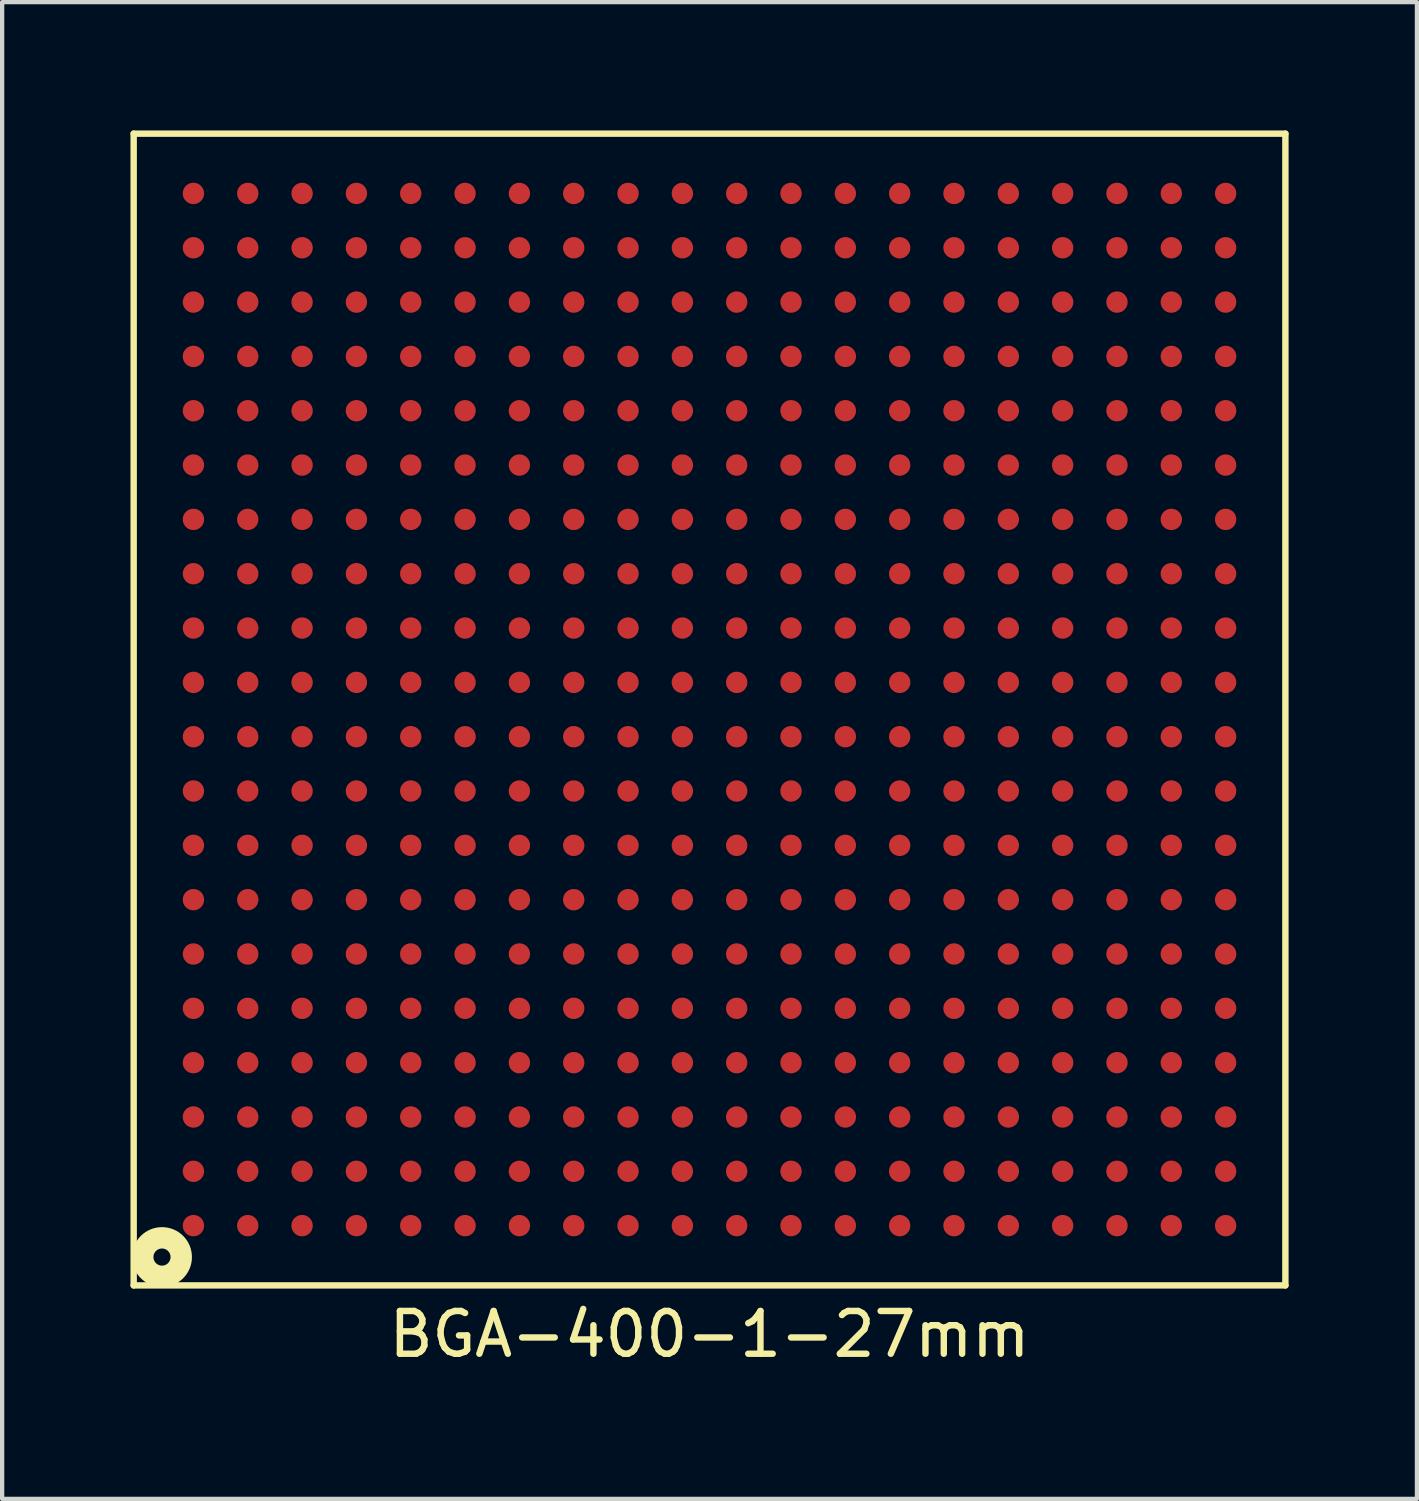
<source format=kicad_pcb>
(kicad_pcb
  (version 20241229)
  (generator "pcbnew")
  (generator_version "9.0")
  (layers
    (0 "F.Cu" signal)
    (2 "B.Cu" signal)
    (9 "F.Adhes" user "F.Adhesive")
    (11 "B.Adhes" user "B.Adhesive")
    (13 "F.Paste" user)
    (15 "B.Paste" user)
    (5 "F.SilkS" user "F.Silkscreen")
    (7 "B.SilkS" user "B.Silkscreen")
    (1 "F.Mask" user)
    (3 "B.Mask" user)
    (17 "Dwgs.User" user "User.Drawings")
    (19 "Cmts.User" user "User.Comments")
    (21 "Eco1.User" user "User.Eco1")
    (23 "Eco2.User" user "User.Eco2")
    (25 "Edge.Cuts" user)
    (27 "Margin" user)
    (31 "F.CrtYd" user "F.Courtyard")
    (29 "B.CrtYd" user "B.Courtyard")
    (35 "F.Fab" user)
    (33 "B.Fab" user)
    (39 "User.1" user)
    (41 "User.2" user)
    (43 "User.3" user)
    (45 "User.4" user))
  (footprint "BGA-400-1-27mm"
    (layer "F.Cu")
    (at 13.537 13.537)
    (property "Reference" "BGA-400-1-27mm" (at 0 14.605 0) (layer "F.SilkS") (effects (font (size 1 1) (thickness 0.15))))
    (attr through_hole)
    (fp_line (start -13.462 -13.462) (end 13.462 -13.462) (stroke (width 0.15) (type solid)) (layer "F.SilkS"))
    (fp_line (start -13.462 13.462) (end -13.462 -13.462) (stroke (width 0.15) (type solid)) (layer "F.SilkS"))
    (fp_line (start 13.462 -13.462) (end 13.462 13.462) (stroke (width 0.15) (type solid)) (layer "F.SilkS"))
    (fp_line (start 13.462 13.462) (end -13.462 13.462) (stroke (width 0.15) (type solid)) (layer "F.SilkS"))
    (fp_circle (center -12.8 12.8) (end -12.8 12.6) (stroke (width 0.5) (type solid)) (fill no) (layer "F.SilkS"))
    (pad "A1" smd circle (at -12.065 12.065 45) (size 0.5 0.5) (layers "F.Cu" "F.Mask" "F.Paste"))
    (pad "A2" smd circle (at -12.065 10.795 45) (size 0.5 0.5) (layers "F.Cu" "F.Mask" "F.Paste"))
    (pad "A3" smd circle (at -12.065 9.525 45) (size 0.5 0.5) (layers "F.Cu" "F.Mask" "F.Paste"))
    (pad "A4" smd circle (at -12.065 8.255 45) (size 0.5 0.5) (layers "F.Cu" "F.Mask" "F.Paste"))
    (pad "A5" smd circle (at -12.065 6.985 45) (size 0.5 0.5) (layers "F.Cu" "F.Mask" "F.Paste"))
    (pad "A6" smd circle (at -12.065 5.715 45) (size 0.5 0.5) (layers "F.Cu" "F.Mask" "F.Paste"))
    (pad "A7" smd circle (at -12.065 4.445 45) (size 0.5 0.5) (layers "F.Cu" "F.Mask" "F.Paste"))
    (pad "A8" smd circle (at -12.065 3.175 45) (size 0.5 0.5) (layers "F.Cu" "F.Mask" "F.Paste"))
    (pad "A9" smd circle (at -12.065 1.905 45) (size 0.5 0.5) (layers "F.Cu" "F.Mask" "F.Paste"))
    (pad "A10" smd circle (at -12.065 0.635 45) (size 0.5 0.5) (layers "F.Cu" "F.Mask" "F.Paste"))
    (pad "A11" smd circle (at -12.065 -0.635 45) (size 0.5 0.5) (layers "F.Cu" "F.Mask" "F.Paste"))
    (pad "A12" smd circle (at -12.065 -1.905 45) (size 0.5 0.5) (layers "F.Cu" "F.Mask" "F.Paste"))
    (pad "A13" smd circle (at -12.065 -3.175 45) (size 0.5 0.5) (layers "F.Cu" "F.Mask" "F.Paste"))
    (pad "A14" smd circle (at -12.065 -4.445 45) (size 0.5 0.5) (layers "F.Cu" "F.Mask" "F.Paste"))
    (pad "A15" smd circle (at -12.065 -5.715 45) (size 0.5 0.5) (layers "F.Cu" "F.Mask" "F.Paste"))
    (pad "A16" smd circle (at -12.065 -6.985 45) (size 0.5 0.5) (layers "F.Cu" "F.Mask" "F.Paste"))
    (pad "A17" smd circle (at -12.065 -8.255 45) (size 0.5 0.5) (layers "F.Cu" "F.Mask" "F.Paste"))
    (pad "A18" smd circle (at -12.065 -9.525 45) (size 0.5 0.5) (layers "F.Cu" "F.Mask" "F.Paste"))
    (pad "A19" smd circle (at -12.065 -10.795 45) (size 0.5 0.5) (layers "F.Cu" "F.Mask" "F.Paste"))
    (pad "A20" smd circle (at -12.065 -12.065 45) (size 0.5 0.5) (layers "F.Cu" "F.Mask" "F.Paste"))
    (pad "B1" smd circle (at -10.795 12.065 45) (size 0.5 0.5) (layers "F.Cu" "F.Mask" "F.Paste"))
    (pad "B2" smd circle (at -10.795 10.795 45) (size 0.5 0.5) (layers "F.Cu" "F.Mask" "F.Paste"))
    (pad "B3" smd circle (at -10.795 9.525 45) (size 0.5 0.5) (layers "F.Cu" "F.Mask" "F.Paste"))
    (pad "B4" smd circle (at -10.795 8.255 45) (size 0.5 0.5) (layers "F.Cu" "F.Mask" "F.Paste"))
    (pad "B5" smd circle (at -10.795 6.985 45) (size 0.5 0.5) (layers "F.Cu" "F.Mask" "F.Paste"))
    (pad "B6" smd circle (at -10.795 5.715 45) (size 0.5 0.5) (layers "F.Cu" "F.Mask" "F.Paste"))
    (pad "B7" smd circle (at -10.795 4.445 45) (size 0.5 0.5) (layers "F.Cu" "F.Mask" "F.Paste"))
    (pad "B8" smd circle (at -10.795 3.175 45) (size 0.5 0.5) (layers "F.Cu" "F.Mask" "F.Paste"))
    (pad "B9" smd circle (at -10.795 1.905 45) (size 0.5 0.5) (layers "F.Cu" "F.Mask" "F.Paste"))
    (pad "B10" smd circle (at -10.795 0.635 45) (size 0.5 0.5) (layers "F.Cu" "F.Mask" "F.Paste"))
    (pad "B11" smd circle (at -10.795 -0.635 45) (size 0.5 0.5) (layers "F.Cu" "F.Mask" "F.Paste"))
    (pad "B12" smd circle (at -10.795 -1.905 45) (size 0.5 0.5) (layers "F.Cu" "F.Mask" "F.Paste"))
    (pad "B13" smd circle (at -10.795 -3.175 45) (size 0.5 0.5) (layers "F.Cu" "F.Mask" "F.Paste"))
    (pad "B14" smd circle (at -10.795 -4.445 45) (size 0.5 0.5) (layers "F.Cu" "F.Mask" "F.Paste"))
    (pad "B15" smd circle (at -10.795 -5.715 45) (size 0.5 0.5) (layers "F.Cu" "F.Mask" "F.Paste"))
    (pad "B16" smd circle (at -10.795 -6.985 45) (size 0.5 0.5) (layers "F.Cu" "F.Mask" "F.Paste"))
    (pad "B17" smd circle (at -10.795 -8.255 45) (size 0.5 0.5) (layers "F.Cu" "F.Mask" "F.Paste"))
    (pad "B18" smd circle (at -10.795 -9.525 45) (size 0.5 0.5) (layers "F.Cu" "F.Mask" "F.Paste"))
    (pad "B19" smd circle (at -10.795 -10.795 45) (size 0.5 0.5) (layers "F.Cu" "F.Mask" "F.Paste"))
    (pad "B20" smd circle (at -10.795 -12.065 45) (size 0.5 0.5) (layers "F.Cu" "F.Mask" "F.Paste"))
    (pad "C1" smd circle (at -9.525 12.065 45) (size 0.5 0.5) (layers "F.Cu" "F.Mask" "F.Paste"))
    (pad "C2" smd circle (at -9.525 10.795 45) (size 0.5 0.5) (layers "F.Cu" "F.Mask" "F.Paste"))
    (pad "C3" smd circle (at -9.525 9.525 45) (size 0.5 0.5) (layers "F.Cu" "F.Mask" "F.Paste"))
    (pad "C4" smd circle (at -9.525 8.255 45) (size 0.5 0.5) (layers "F.Cu" "F.Mask" "F.Paste"))
    (pad "C5" smd circle (at -9.525 6.985 45) (size 0.5 0.5) (layers "F.Cu" "F.Mask" "F.Paste"))
    (pad "C6" smd circle (at -9.525 5.715 45) (size 0.5 0.5) (layers "F.Cu" "F.Mask" "F.Paste"))
    (pad "C7" smd circle (at -9.525 4.445 45) (size 0.5 0.5) (layers "F.Cu" "F.Mask" "F.Paste"))
    (pad "C8" smd circle (at -9.525 3.175 45) (size 0.5 0.5) (layers "F.Cu" "F.Mask" "F.Paste"))
    (pad "C9" smd circle (at -9.525 1.905 45) (size 0.5 0.5) (layers "F.Cu" "F.Mask" "F.Paste"))
    (pad "C10" smd circle (at -9.525 0.635 45) (size 0.5 0.5) (layers "F.Cu" "F.Mask" "F.Paste"))
    (pad "C11" smd circle (at -9.525 -0.635 45) (size 0.5 0.5) (layers "F.Cu" "F.Mask" "F.Paste"))
    (pad "C12" smd circle (at -9.525 -1.905 45) (size 0.5 0.5) (layers "F.Cu" "F.Mask" "F.Paste"))
    (pad "C13" smd circle (at -9.525 -3.175 45) (size 0.5 0.5) (layers "F.Cu" "F.Mask" "F.Paste"))
    (pad "C14" smd circle (at -9.525 -4.445 45) (size 0.5 0.5) (layers "F.Cu" "F.Mask" "F.Paste"))
    (pad "C15" smd circle (at -9.525 -5.715 45) (size 0.5 0.5) (layers "F.Cu" "F.Mask" "F.Paste"))
    (pad "C16" smd circle (at -9.525 -6.985 45) (size 0.5 0.5) (layers "F.Cu" "F.Mask" "F.Paste"))
    (pad "C17" smd circle (at -9.525 -8.255 45) (size 0.5 0.5) (layers "F.Cu" "F.Mask" "F.Paste"))
    (pad "C18" smd circle (at -9.525 -9.525 45) (size 0.5 0.5) (layers "F.Cu" "F.Mask" "F.Paste"))
    (pad "C19" smd circle (at -9.525 -10.795 45) (size 0.5 0.5) (layers "F.Cu" "F.Mask" "F.Paste"))
    (pad "C20" smd circle (at -9.525 -12.065 45) (size 0.5 0.5) (layers "F.Cu" "F.Mask" "F.Paste"))
    (pad "D1" smd circle (at -8.255 12.065 45) (size 0.5 0.5) (layers "F.Cu" "F.Mask" "F.Paste"))
    (pad "D2" smd circle (at -8.255 10.795 45) (size 0.5 0.5) (layers "F.Cu" "F.Mask" "F.Paste"))
    (pad "D3" smd circle (at -8.255 9.525 45) (size 0.5 0.5) (layers "F.Cu" "F.Mask" "F.Paste"))
    (pad "D4" smd circle (at -8.255 8.255 45) (size 0.5 0.5) (layers "F.Cu" "F.Mask" "F.Paste"))
    (pad "D5" smd circle (at -8.255 6.985 45) (size 0.5 0.5) (layers "F.Cu" "F.Mask" "F.Paste"))
    (pad "D6" smd circle (at -8.255 5.715 45) (size 0.5 0.5) (layers "F.Cu" "F.Mask" "F.Paste"))
    (pad "D7" smd circle (at -8.255 4.445 45) (size 0.5 0.5) (layers "F.Cu" "F.Mask" "F.Paste"))
    (pad "D8" smd circle (at -8.255 3.175 45) (size 0.5 0.5) (layers "F.Cu" "F.Mask" "F.Paste"))
    (pad "D9" smd circle (at -8.255 1.905 45) (size 0.5 0.5) (layers "F.Cu" "F.Mask" "F.Paste"))
    (pad "D10" smd circle (at -8.255 0.635 45) (size 0.5 0.5) (layers "F.Cu" "F.Mask" "F.Paste"))
    (pad "D11" smd circle (at -8.255 -0.635 45) (size 0.5 0.5) (layers "F.Cu" "F.Mask" "F.Paste"))
    (pad "D12" smd circle (at -8.255 -1.905 45) (size 0.5 0.5) (layers "F.Cu" "F.Mask" "F.Paste"))
    (pad "D13" smd circle (at -8.255 -3.175 45) (size 0.5 0.5) (layers "F.Cu" "F.Mask" "F.Paste"))
    (pad "D14" smd circle (at -8.255 -4.445 45) (size 0.5 0.5) (layers "F.Cu" "F.Mask" "F.Paste"))
    (pad "D15" smd circle (at -8.255 -5.715 45) (size 0.5 0.5) (layers "F.Cu" "F.Mask" "F.Paste"))
    (pad "D16" smd circle (at -8.255 -6.985 45) (size 0.5 0.5) (layers "F.Cu" "F.Mask" "F.Paste"))
    (pad "D17" smd circle (at -8.255 -8.255 45) (size 0.5 0.5) (layers "F.Cu" "F.Mask" "F.Paste"))
    (pad "D18" smd circle (at -8.255 -9.525 45) (size 0.5 0.5) (layers "F.Cu" "F.Mask" "F.Paste"))
    (pad "D19" smd circle (at -8.255 -10.795 45) (size 0.5 0.5) (layers "F.Cu" "F.Mask" "F.Paste"))
    (pad "D20" smd circle (at -8.255 -12.065 45) (size 0.5 0.5) (layers "F.Cu" "F.Mask" "F.Paste"))
    (pad "E1" smd circle (at -6.985 12.065 45) (size 0.5 0.5) (layers "F.Cu" "F.Mask" "F.Paste"))
    (pad "E2" smd circle (at -6.985 10.795 45) (size 0.5 0.5) (layers "F.Cu" "F.Mask" "F.Paste"))
    (pad "E3" smd circle (at -6.985 9.525 45) (size 0.5 0.5) (layers "F.Cu" "F.Mask" "F.Paste"))
    (pad "E4" smd circle (at -6.985 8.255 45) (size 0.5 0.5) (layers "F.Cu" "F.Mask" "F.Paste"))
    (pad "E5" smd circle (at -6.985 6.985 45) (size 0.5 0.5) (layers "F.Cu" "F.Mask" "F.Paste"))
    (pad "E6" smd circle (at -6.985 5.715 45) (size 0.5 0.5) (layers "F.Cu" "F.Mask" "F.Paste"))
    (pad "E7" smd circle (at -6.985 4.445 45) (size 0.5 0.5) (layers "F.Cu" "F.Mask" "F.Paste"))
    (pad "E8" smd circle (at -6.985 3.175 45) (size 0.5 0.5) (layers "F.Cu" "F.Mask" "F.Paste"))
    (pad "E9" smd circle (at -6.985 1.905 45) (size 0.5 0.5) (layers "F.Cu" "F.Mask" "F.Paste"))
    (pad "E10" smd circle (at -6.985 0.635 45) (size 0.5 0.5) (layers "F.Cu" "F.Mask" "F.Paste"))
    (pad "E11" smd circle (at -6.985 -0.635 45) (size 0.5 0.5) (layers "F.Cu" "F.Mask" "F.Paste"))
    (pad "E12" smd circle (at -6.985 -1.905 45) (size 0.5 0.5) (layers "F.Cu" "F.Mask" "F.Paste"))
    (pad "E13" smd circle (at -6.985 -3.175 45) (size 0.5 0.5) (layers "F.Cu" "F.Mask" "F.Paste"))
    (pad "E14" smd circle (at -6.985 -4.445 45) (size 0.5 0.5) (layers "F.Cu" "F.Mask" "F.Paste"))
    (pad "E15" smd circle (at -6.985 -5.715 45) (size 0.5 0.5) (layers "F.Cu" "F.Mask" "F.Paste"))
    (pad "E16" smd circle (at -6.985 -6.985 45) (size 0.5 0.5) (layers "F.Cu" "F.Mask" "F.Paste"))
    (pad "E17" smd circle (at -6.985 -8.255 45) (size 0.5 0.5) (layers "F.Cu" "F.Mask" "F.Paste"))
    (pad "E18" smd circle (at -6.985 -9.525 45) (size 0.5 0.5) (layers "F.Cu" "F.Mask" "F.Paste"))
    (pad "E19" smd circle (at -6.985 -10.795 45) (size 0.5 0.5) (layers "F.Cu" "F.Mask" "F.Paste"))
    (pad "E20" smd circle (at -6.985 -12.065 45) (size 0.5 0.5) (layers "F.Cu" "F.Mask" "F.Paste"))
    (pad "F1" smd circle (at -5.715 12.065 45) (size 0.5 0.5) (layers "F.Cu" "F.Mask" "F.Paste"))
    (pad "F2" smd circle (at -5.715 10.795 45) (size 0.5 0.5) (layers "F.Cu" "F.Mask" "F.Paste"))
    (pad "F3" smd circle (at -5.715 9.525 45) (size 0.5 0.5) (layers "F.Cu" "F.Mask" "F.Paste"))
    (pad "F4" smd circle (at -5.715 8.255 45) (size 0.5 0.5) (layers "F.Cu" "F.Mask" "F.Paste"))
    (pad "F5" smd circle (at -5.715 6.985 45) (size 0.5 0.5) (layers "F.Cu" "F.Mask" "F.Paste"))
    (pad "F6" smd circle (at -5.715 5.715 45) (size 0.5 0.5) (layers "F.Cu" "F.Mask" "F.Paste"))
    (pad "F7" smd circle (at -5.715 4.445 45) (size 0.5 0.5) (layers "F.Cu" "F.Mask" "F.Paste"))
    (pad "F8" smd circle (at -5.715 3.175 45) (size 0.5 0.5) (layers "F.Cu" "F.Mask" "F.Paste"))
    (pad "F9" smd circle (at -5.715 1.905 45) (size 0.5 0.5) (layers "F.Cu" "F.Mask" "F.Paste"))
    (pad "F10" smd circle (at -5.715 0.635 45) (size 0.5 0.5) (layers "F.Cu" "F.Mask" "F.Paste"))
    (pad "F11" smd circle (at -5.715 -0.635 45) (size 0.5 0.5) (layers "F.Cu" "F.Mask" "F.Paste"))
    (pad "F12" smd circle (at -5.715 -1.905 45) (size 0.5 0.5) (layers "F.Cu" "F.Mask" "F.Paste"))
    (pad "F13" smd circle (at -5.715 -3.175 45) (size 0.5 0.5) (layers "F.Cu" "F.Mask" "F.Paste"))
    (pad "F14" smd circle (at -5.715 -4.445 45) (size 0.5 0.5) (layers "F.Cu" "F.Mask" "F.Paste"))
    (pad "F15" smd circle (at -5.715 -5.715 45) (size 0.5 0.5) (layers "F.Cu" "F.Mask" "F.Paste"))
    (pad "F16" smd circle (at -5.715 -6.985 45) (size 0.5 0.5) (layers "F.Cu" "F.Mask" "F.Paste"))
    (pad "F17" smd circle (at -5.715 -8.255 45) (size 0.5 0.5) (layers "F.Cu" "F.Mask" "F.Paste"))
    (pad "F18" smd circle (at -5.715 -9.525 45) (size 0.5 0.5) (layers "F.Cu" "F.Mask" "F.Paste"))
    (pad "F19" smd circle (at -5.715 -10.795 45) (size 0.5 0.5) (layers "F.Cu" "F.Mask" "F.Paste"))
    (pad "F20" smd circle (at -5.715 -12.065 45) (size 0.5 0.5) (layers "F.Cu" "F.Mask" "F.Paste"))
    (pad "G1" smd circle (at -4.445 12.065 45) (size 0.5 0.5) (layers "F.Cu" "F.Mask" "F.Paste"))
    (pad "G2" smd circle (at -4.445 10.795 45) (size 0.5 0.5) (layers "F.Cu" "F.Mask" "F.Paste"))
    (pad "G3" smd circle (at -4.445 9.525 45) (size 0.5 0.5) (layers "F.Cu" "F.Mask" "F.Paste"))
    (pad "G4" smd circle (at -4.445 8.255 45) (size 0.5 0.5) (layers "F.Cu" "F.Mask" "F.Paste"))
    (pad "G5" smd circle (at -4.445 6.985 45) (size 0.5 0.5) (layers "F.Cu" "F.Mask" "F.Paste"))
    (pad "G6" smd circle (at -4.445 5.715 45) (size 0.5 0.5) (layers "F.Cu" "F.Mask" "F.Paste"))
    (pad "G7" smd circle (at -4.445 4.445 45) (size 0.5 0.5) (layers "F.Cu" "F.Mask" "F.Paste"))
    (pad "G8" smd circle (at -4.445 3.175 45) (size 0.5 0.5) (layers "F.Cu" "F.Mask" "F.Paste"))
    (pad "G9" smd circle (at -4.445 1.905 45) (size 0.5 0.5) (layers "F.Cu" "F.Mask" "F.Paste"))
    (pad "G10" smd circle (at -4.445 0.635 45) (size 0.5 0.5) (layers "F.Cu" "F.Mask" "F.Paste"))
    (pad "G11" smd circle (at -4.445 -0.635 45) (size 0.5 0.5) (layers "F.Cu" "F.Mask" "F.Paste"))
    (pad "G12" smd circle (at -4.445 -1.905 45) (size 0.5 0.5) (layers "F.Cu" "F.Mask" "F.Paste"))
    (pad "G13" smd circle (at -4.445 -3.175 45) (size 0.5 0.5) (layers "F.Cu" "F.Mask" "F.Paste"))
    (pad "G14" smd circle (at -4.445 -4.445 45) (size 0.5 0.5) (layers "F.Cu" "F.Mask" "F.Paste"))
    (pad "G15" smd circle (at -4.445 -5.715 45) (size 0.5 0.5) (layers "F.Cu" "F.Mask" "F.Paste"))
    (pad "G16" smd circle (at -4.445 -6.985 45) (size 0.5 0.5) (layers "F.Cu" "F.Mask" "F.Paste"))
    (pad "G17" smd circle (at -4.445 -8.255 45) (size 0.5 0.5) (layers "F.Cu" "F.Mask" "F.Paste"))
    (pad "G18" smd circle (at -4.445 -9.525 45) (size 0.5 0.5) (layers "F.Cu" "F.Mask" "F.Paste"))
    (pad "G19" smd circle (at -4.445 -10.795 45) (size 0.5 0.5) (layers "F.Cu" "F.Mask" "F.Paste"))
    (pad "G20" smd circle (at -4.445 -12.065 45) (size 0.5 0.5) (layers "F.Cu" "F.Mask" "F.Paste"))
    (pad "H1" smd circle (at -3.175 12.065 45) (size 0.5 0.5) (layers "F.Cu" "F.Mask" "F.Paste"))
    (pad "H2" smd circle (at -3.175 10.795 45) (size 0.5 0.5) (layers "F.Cu" "F.Mask" "F.Paste"))
    (pad "H3" smd circle (at -3.175 9.525 45) (size 0.5 0.5) (layers "F.Cu" "F.Mask" "F.Paste"))
    (pad "H4" smd circle (at -3.175 8.255 45) (size 0.5 0.5) (layers "F.Cu" "F.Mask" "F.Paste"))
    (pad "H5" smd circle (at -3.175 6.985 45) (size 0.5 0.5) (layers "F.Cu" "F.Mask" "F.Paste"))
    (pad "H6" smd circle (at -3.175 5.715 45) (size 0.5 0.5) (layers "F.Cu" "F.Mask" "F.Paste"))
    (pad "H7" smd circle (at -3.175 4.445 45) (size 0.5 0.5) (layers "F.Cu" "F.Mask" "F.Paste"))
    (pad "H8" smd circle (at -3.175 3.175 45) (size 0.5 0.5) (layers "F.Cu" "F.Mask" "F.Paste"))
    (pad "H9" smd circle (at -3.175 1.905 45) (size 0.5 0.5) (layers "F.Cu" "F.Mask" "F.Paste"))
    (pad "H10" smd circle (at -3.175 0.635 45) (size 0.5 0.5) (layers "F.Cu" "F.Mask" "F.Paste"))
    (pad "H11" smd circle (at -3.175 -0.635 45) (size 0.5 0.5) (layers "F.Cu" "F.Mask" "F.Paste"))
    (pad "H12" smd circle (at -3.175 -1.905 45) (size 0.5 0.5) (layers "F.Cu" "F.Mask" "F.Paste"))
    (pad "H13" smd circle (at -3.175 -3.175 45) (size 0.5 0.5) (layers "F.Cu" "F.Mask" "F.Paste"))
    (pad "H14" smd circle (at -3.175 -4.445 45) (size 0.5 0.5) (layers "F.Cu" "F.Mask" "F.Paste"))
    (pad "H15" smd circle (at -3.175 -5.715 45) (size 0.5 0.5) (layers "F.Cu" "F.Mask" "F.Paste"))
    (pad "H16" smd circle (at -3.175 -6.985 45) (size 0.5 0.5) (layers "F.Cu" "F.Mask" "F.Paste"))
    (pad "H17" smd circle (at -3.175 -8.255 45) (size 0.5 0.5) (layers "F.Cu" "F.Mask" "F.Paste"))
    (pad "H18" smd circle (at -3.175 -9.525 45) (size 0.5 0.5) (layers "F.Cu" "F.Mask" "F.Paste"))
    (pad "H19" smd circle (at -3.175 -10.795 45) (size 0.5 0.5) (layers "F.Cu" "F.Mask" "F.Paste"))
    (pad "H20" smd circle (at -3.175 -12.065 45) (size 0.5 0.5) (layers "F.Cu" "F.Mask" "F.Paste"))
    (pad "J1" smd circle (at -1.905 12.065 45) (size 0.5 0.5) (layers "F.Cu" "F.Mask" "F.Paste"))
    (pad "J2" smd circle (at -1.905 10.795 45) (size 0.5 0.5) (layers "F.Cu" "F.Mask" "F.Paste"))
    (pad "J3" smd circle (at -1.905 9.525 45) (size 0.5 0.5) (layers "F.Cu" "F.Mask" "F.Paste"))
    (pad "J4" smd circle (at -1.905 8.255 45) (size 0.5 0.5) (layers "F.Cu" "F.Mask" "F.Paste"))
    (pad "J5" smd circle (at -1.905 6.985 45) (size 0.5 0.5) (layers "F.Cu" "F.Mask" "F.Paste"))
    (pad "J6" smd circle (at -1.905 5.715 45) (size 0.5 0.5) (layers "F.Cu" "F.Mask" "F.Paste"))
    (pad "J7" smd circle (at -1.905 4.445 45) (size 0.5 0.5) (layers "F.Cu" "F.Mask" "F.Paste"))
    (pad "J8" smd circle (at -1.905 3.175 45) (size 0.5 0.5) (layers "F.Cu" "F.Mask" "F.Paste"))
    (pad "J9" smd circle (at -1.905 1.905 45) (size 0.5 0.5) (layers "F.Cu" "F.Mask" "F.Paste"))
    (pad "J10" smd circle (at -1.905 0.635 45) (size 0.5 0.5) (layers "F.Cu" "F.Mask" "F.Paste"))
    (pad "J11" smd circle (at -1.905 -0.635 45) (size 0.5 0.5) (layers "F.Cu" "F.Mask" "F.Paste"))
    (pad "J12" smd circle (at -1.905 -1.905 45) (size 0.5 0.5) (layers "F.Cu" "F.Mask" "F.Paste"))
    (pad "J13" smd circle (at -1.905 -3.175 45) (size 0.5 0.5) (layers "F.Cu" "F.Mask" "F.Paste"))
    (pad "J14" smd circle (at -1.905 -4.445 45) (size 0.5 0.5) (layers "F.Cu" "F.Mask" "F.Paste"))
    (pad "J15" smd circle (at -1.905 -5.715 45) (size 0.5 0.5) (layers "F.Cu" "F.Mask" "F.Paste"))
    (pad "J16" smd circle (at -1.905 -6.985 45) (size 0.5 0.5) (layers "F.Cu" "F.Mask" "F.Paste"))
    (pad "J17" smd circle (at -1.905 -8.255 45) (size 0.5 0.5) (layers "F.Cu" "F.Mask" "F.Paste"))
    (pad "J18" smd circle (at -1.905 -9.525 45) (size 0.5 0.5) (layers "F.Cu" "F.Mask" "F.Paste"))
    (pad "J19" smd circle (at -1.905 -10.795 45) (size 0.5 0.5) (layers "F.Cu" "F.Mask" "F.Paste"))
    (pad "J20" smd circle (at -1.905 -12.065 45) (size 0.5 0.5) (layers "F.Cu" "F.Mask" "F.Paste"))
    (pad "K1" smd circle (at -0.635 12.065 45) (size 0.5 0.5) (layers "F.Cu" "F.Mask" "F.Paste"))
    (pad "K2" smd circle (at -0.635 10.795 45) (size 0.5 0.5) (layers "F.Cu" "F.Mask" "F.Paste"))
    (pad "K3" smd circle (at -0.635 9.525 45) (size 0.5 0.5) (layers "F.Cu" "F.Mask" "F.Paste"))
    (pad "K4" smd circle (at -0.635 8.255 45) (size 0.5 0.5) (layers "F.Cu" "F.Mask" "F.Paste"))
    (pad "K5" smd circle (at -0.635 6.985 45) (size 0.5 0.5) (layers "F.Cu" "F.Mask" "F.Paste"))
    (pad "K6" smd circle (at -0.635 5.715 45) (size 0.5 0.5) (layers "F.Cu" "F.Mask" "F.Paste"))
    (pad "K7" smd circle (at -0.635 4.445 45) (size 0.5 0.5) (layers "F.Cu" "F.Mask" "F.Paste"))
    (pad "K8" smd circle (at -0.635 3.175 45) (size 0.5 0.5) (layers "F.Cu" "F.Mask" "F.Paste"))
    (pad "K9" smd circle (at -0.635 1.905 45) (size 0.5 0.5) (layers "F.Cu" "F.Mask" "F.Paste"))
    (pad "K10" smd circle (at -0.635 0.635 45) (size 0.5 0.5) (layers "F.Cu" "F.Mask" "F.Paste"))
    (pad "K11" smd circle (at -0.635 -0.635 45) (size 0.5 0.5) (layers "F.Cu" "F.Mask" "F.Paste"))
    (pad "K12" smd circle (at -0.635 -1.905 45) (size 0.5 0.5) (layers "F.Cu" "F.Mask" "F.Paste"))
    (pad "K13" smd circle (at -0.635 -3.175 45) (size 0.5 0.5) (layers "F.Cu" "F.Mask" "F.Paste"))
    (pad "K14" smd circle (at -0.635 -4.445 45) (size 0.5 0.5) (layers "F.Cu" "F.Mask" "F.Paste"))
    (pad "K15" smd circle (at -0.635 -5.715 45) (size 0.5 0.5) (layers "F.Cu" "F.Mask" "F.Paste"))
    (pad "K16" smd circle (at -0.635 -6.985 45) (size 0.5 0.5) (layers "F.Cu" "F.Mask" "F.Paste"))
    (pad "K17" smd circle (at -0.635 -8.255 45) (size 0.5 0.5) (layers "F.Cu" "F.Mask" "F.Paste"))
    (pad "K18" smd circle (at -0.635 -9.525 45) (size 0.5 0.5) (layers "F.Cu" "F.Mask" "F.Paste"))
    (pad "K19" smd circle (at -0.635 -10.795 45) (size 0.5 0.5) (layers "F.Cu" "F.Mask" "F.Paste"))
    (pad "K20" smd circle (at -0.635 -12.065 45) (size 0.5 0.5) (layers "F.Cu" "F.Mask" "F.Paste"))
    (pad "L1" smd circle (at 0.635 12.065 45) (size 0.5 0.5) (layers "F.Cu" "F.Mask" "F.Paste"))
    (pad "L2" smd circle (at 0.635 10.795 45) (size 0.5 0.5) (layers "F.Cu" "F.Mask" "F.Paste"))
    (pad "L3" smd circle (at 0.635 9.525 45) (size 0.5 0.5) (layers "F.Cu" "F.Mask" "F.Paste"))
    (pad "L4" smd circle (at 0.635 8.255 45) (size 0.5 0.5) (layers "F.Cu" "F.Mask" "F.Paste"))
    (pad "L5" smd circle (at 0.635 6.985 45) (size 0.5 0.5) (layers "F.Cu" "F.Mask" "F.Paste"))
    (pad "L6" smd circle (at 0.635 5.715 45) (size 0.5 0.5) (layers "F.Cu" "F.Mask" "F.Paste"))
    (pad "L7" smd circle (at 0.635 4.445 45) (size 0.5 0.5) (layers "F.Cu" "F.Mask" "F.Paste"))
    (pad "L8" smd circle (at 0.635 3.175 45) (size 0.5 0.5) (layers "F.Cu" "F.Mask" "F.Paste"))
    (pad "L9" smd circle (at 0.635 1.905 45) (size 0.5 0.5) (layers "F.Cu" "F.Mask" "F.Paste"))
    (pad "L10" smd circle (at 0.635 0.635 45) (size 0.5 0.5) (layers "F.Cu" "F.Mask" "F.Paste"))
    (pad "L11" smd circle (at 0.635 -0.635 45) (size 0.5 0.5) (layers "F.Cu" "F.Mask" "F.Paste"))
    (pad "L12" smd circle (at 0.635 -1.905 45) (size 0.5 0.5) (layers "F.Cu" "F.Mask" "F.Paste"))
    (pad "L13" smd circle (at 0.635 -3.175 45) (size 0.5 0.5) (layers "F.Cu" "F.Mask" "F.Paste"))
    (pad "L14" smd circle (at 0.635 -4.445 45) (size 0.5 0.5) (layers "F.Cu" "F.Mask" "F.Paste"))
    (pad "L15" smd circle (at 0.635 -5.715 45) (size 0.5 0.5) (layers "F.Cu" "F.Mask" "F.Paste"))
    (pad "L16" smd circle (at 0.635 -6.985 45) (size 0.5 0.5) (layers "F.Cu" "F.Mask" "F.Paste"))
    (pad "L17" smd circle (at 0.635 -8.255 45) (size 0.5 0.5) (layers "F.Cu" "F.Mask" "F.Paste"))
    (pad "L18" smd circle (at 0.635 -9.525 45) (size 0.5 0.5) (layers "F.Cu" "F.Mask" "F.Paste"))
    (pad "L19" smd circle (at 0.635 -10.795 45) (size 0.5 0.5) (layers "F.Cu" "F.Mask" "F.Paste"))
    (pad "L20" smd circle (at 0.635 -12.065 45) (size 0.5 0.5) (layers "F.Cu" "F.Mask" "F.Paste"))
    (pad "M1" smd circle (at 1.905 12.065 45) (size 0.5 0.5) (layers "F.Cu" "F.Mask" "F.Paste"))
    (pad "M2" smd circle (at 1.905 10.795 45) (size 0.5 0.5) (layers "F.Cu" "F.Mask" "F.Paste"))
    (pad "M3" smd circle (at 1.905 9.525 45) (size 0.5 0.5) (layers "F.Cu" "F.Mask" "F.Paste"))
    (pad "M4" smd circle (at 1.905 8.255 45) (size 0.5 0.5) (layers "F.Cu" "F.Mask" "F.Paste"))
    (pad "M5" smd circle (at 1.905 6.985 45) (size 0.5 0.5) (layers "F.Cu" "F.Mask" "F.Paste"))
    (pad "M6" smd circle (at 1.905 5.715 45) (size 0.5 0.5) (layers "F.Cu" "F.Mask" "F.Paste"))
    (pad "M7" smd circle (at 1.905 4.445 45) (size 0.5 0.5) (layers "F.Cu" "F.Mask" "F.Paste"))
    (pad "M8" smd circle (at 1.905 3.175 45) (size 0.5 0.5) (layers "F.Cu" "F.Mask" "F.Paste"))
    (pad "M9" smd circle (at 1.905 1.905 45) (size 0.5 0.5) (layers "F.Cu" "F.Mask" "F.Paste"))
    (pad "M10" smd circle (at 1.905 0.635 45) (size 0.5 0.5) (layers "F.Cu" "F.Mask" "F.Paste"))
    (pad "M11" smd circle (at 1.905 -0.635 45) (size 0.5 0.5) (layers "F.Cu" "F.Mask" "F.Paste"))
    (pad "M12" smd circle (at 1.905 -1.905 45) (size 0.5 0.5) (layers "F.Cu" "F.Mask" "F.Paste"))
    (pad "M13" smd circle (at 1.905 -3.175 45) (size 0.5 0.5) (layers "F.Cu" "F.Mask" "F.Paste"))
    (pad "M14" smd circle (at 1.905 -4.445 45) (size 0.5 0.5) (layers "F.Cu" "F.Mask" "F.Paste"))
    (pad "M15" smd circle (at 1.905 -5.715 45) (size 0.5 0.5) (layers "F.Cu" "F.Mask" "F.Paste"))
    (pad "M16" smd circle (at 1.905 -6.985 45) (size 0.5 0.5) (layers "F.Cu" "F.Mask" "F.Paste"))
    (pad "M17" smd circle (at 1.905 -8.255 45) (size 0.5 0.5) (layers "F.Cu" "F.Mask" "F.Paste"))
    (pad "M18" smd circle (at 1.905 -9.525 45) (size 0.5 0.5) (layers "F.Cu" "F.Mask" "F.Paste"))
    (pad "M19" smd circle (at 1.905 -10.795 45) (size 0.5 0.5) (layers "F.Cu" "F.Mask" "F.Paste"))
    (pad "M20" smd circle (at 1.905 -12.065 45) (size 0.5 0.5) (layers "F.Cu" "F.Mask" "F.Paste"))
    (pad "N1" smd circle (at 3.175 12.065 45) (size 0.5 0.5) (layers "F.Cu" "F.Mask" "F.Paste"))
    (pad "N2" smd circle (at 3.175 10.795 45) (size 0.5 0.5) (layers "F.Cu" "F.Mask" "F.Paste"))
    (pad "N3" smd circle (at 3.175 9.525 45) (size 0.5 0.5) (layers "F.Cu" "F.Mask" "F.Paste"))
    (pad "N4" smd circle (at 3.175 8.255 45) (size 0.5 0.5) (layers "F.Cu" "F.Mask" "F.Paste"))
    (pad "N5" smd circle (at 3.175 6.985 45) (size 0.5 0.5) (layers "F.Cu" "F.Mask" "F.Paste"))
    (pad "N6" smd circle (at 3.175 5.715 45) (size 0.5 0.5) (layers "F.Cu" "F.Mask" "F.Paste"))
    (pad "N7" smd circle (at 3.175 4.445 45) (size 0.5 0.5) (layers "F.Cu" "F.Mask" "F.Paste"))
    (pad "N8" smd circle (at 3.175 3.175 45) (size 0.5 0.5) (layers "F.Cu" "F.Mask" "F.Paste"))
    (pad "N9" smd circle (at 3.175 1.905 45) (size 0.5 0.5) (layers "F.Cu" "F.Mask" "F.Paste"))
    (pad "N10" smd circle (at 3.175 0.635 45) (size 0.5 0.5) (layers "F.Cu" "F.Mask" "F.Paste"))
    (pad "N11" smd circle (at 3.175 -0.635 45) (size 0.5 0.5) (layers "F.Cu" "F.Mask" "F.Paste"))
    (pad "N12" smd circle (at 3.175 -1.905 45) (size 0.5 0.5) (layers "F.Cu" "F.Mask" "F.Paste"))
    (pad "N13" smd circle (at 3.175 -3.175 45) (size 0.5 0.5) (layers "F.Cu" "F.Mask" "F.Paste"))
    (pad "N14" smd circle (at 3.175 -4.445 45) (size 0.5 0.5) (layers "F.Cu" "F.Mask" "F.Paste"))
    (pad "N15" smd circle (at 3.175 -5.715 45) (size 0.5 0.5) (layers "F.Cu" "F.Mask" "F.Paste"))
    (pad "N16" smd circle (at 3.175 -6.985 45) (size 0.5 0.5) (layers "F.Cu" "F.Mask" "F.Paste"))
    (pad "N17" smd circle (at 3.175 -8.255 45) (size 0.5 0.5) (layers "F.Cu" "F.Mask" "F.Paste"))
    (pad "N18" smd circle (at 3.175 -9.525 45) (size 0.5 0.5) (layers "F.Cu" "F.Mask" "F.Paste"))
    (pad "N19" smd circle (at 3.175 -10.795 45) (size 0.5 0.5) (layers "F.Cu" "F.Mask" "F.Paste"))
    (pad "N20" smd circle (at 3.175 -12.065 45) (size 0.5 0.5) (layers "F.Cu" "F.Mask" "F.Paste"))
    (pad "P1" smd circle (at 4.445 12.065 45) (size 0.5 0.5) (layers "F.Cu" "F.Mask" "F.Paste"))
    (pad "P2" smd circle (at 4.445 10.795 45) (size 0.5 0.5) (layers "F.Cu" "F.Mask" "F.Paste"))
    (pad "P3" smd circle (at 4.445 9.525 45) (size 0.5 0.5) (layers "F.Cu" "F.Mask" "F.Paste"))
    (pad "P4" smd circle (at 4.445 8.255 45) (size 0.5 0.5) (layers "F.Cu" "F.Mask" "F.Paste"))
    (pad "P5" smd circle (at 4.445 6.985 45) (size 0.5 0.5) (layers "F.Cu" "F.Mask" "F.Paste"))
    (pad "P6" smd circle (at 4.445 5.715 45) (size 0.5 0.5) (layers "F.Cu" "F.Mask" "F.Paste"))
    (pad "P7" smd circle (at 4.445 4.445 45) (size 0.5 0.5) (layers "F.Cu" "F.Mask" "F.Paste"))
    (pad "P8" smd circle (at 4.445 3.175 45) (size 0.5 0.5) (layers "F.Cu" "F.Mask" "F.Paste"))
    (pad "P9" smd circle (at 4.445 1.905 45) (size 0.5 0.5) (layers "F.Cu" "F.Mask" "F.Paste"))
    (pad "P10" smd circle (at 4.445 0.635 45) (size 0.5 0.5) (layers "F.Cu" "F.Mask" "F.Paste"))
    (pad "P11" smd circle (at 4.445 -0.635 45) (size 0.5 0.5) (layers "F.Cu" "F.Mask" "F.Paste"))
    (pad "P12" smd circle (at 4.445 -1.905 45) (size 0.5 0.5) (layers "F.Cu" "F.Mask" "F.Paste"))
    (pad "P13" smd circle (at 4.445 -3.175 45) (size 0.5 0.5) (layers "F.Cu" "F.Mask" "F.Paste"))
    (pad "P14" smd circle (at 4.445 -4.445 45) (size 0.5 0.5) (layers "F.Cu" "F.Mask" "F.Paste"))
    (pad "P15" smd circle (at 4.445 -5.715 45) (size 0.5 0.5) (layers "F.Cu" "F.Mask" "F.Paste"))
    (pad "P16" smd circle (at 4.445 -6.985 45) (size 0.5 0.5) (layers "F.Cu" "F.Mask" "F.Paste"))
    (pad "P17" smd circle (at 4.445 -8.255 45) (size 0.5 0.5) (layers "F.Cu" "F.Mask" "F.Paste"))
    (pad "P18" smd circle (at 4.445 -9.525 45) (size 0.5 0.5) (layers "F.Cu" "F.Mask" "F.Paste"))
    (pad "P19" smd circle (at 4.445 -10.795 45) (size 0.5 0.5) (layers "F.Cu" "F.Mask" "F.Paste"))
    (pad "P20" smd circle (at 4.445 -12.065 45) (size 0.5 0.5) (layers "F.Cu" "F.Mask" "F.Paste"))
    (pad "R1" smd circle (at 5.715 12.065 45) (size 0.5 0.5) (layers "F.Cu" "F.Mask" "F.Paste"))
    (pad "R2" smd circle (at 5.715 10.795 45) (size 0.5 0.5) (layers "F.Cu" "F.Mask" "F.Paste"))
    (pad "R3" smd circle (at 5.715 9.525 45) (size 0.5 0.5) (layers "F.Cu" "F.Mask" "F.Paste"))
    (pad "R4" smd circle (at 5.715 8.255 45) (size 0.5 0.5) (layers "F.Cu" "F.Mask" "F.Paste"))
    (pad "R5" smd circle (at 5.715 6.985 45) (size 0.5 0.5) (layers "F.Cu" "F.Mask" "F.Paste"))
    (pad "R6" smd circle (at 5.715 5.715 45) (size 0.5 0.5) (layers "F.Cu" "F.Mask" "F.Paste"))
    (pad "R7" smd circle (at 5.715 4.445 45) (size 0.5 0.5) (layers "F.Cu" "F.Mask" "F.Paste"))
    (pad "R8" smd circle (at 5.715 3.175 45) (size 0.5 0.5) (layers "F.Cu" "F.Mask" "F.Paste"))
    (pad "R9" smd circle (at 5.715 1.905 45) (size 0.5 0.5) (layers "F.Cu" "F.Mask" "F.Paste"))
    (pad "R10" smd circle (at 5.715 0.635 45) (size 0.5 0.5) (layers "F.Cu" "F.Mask" "F.Paste"))
    (pad "R11" smd circle (at 5.715 -0.635 45) (size 0.5 0.5) (layers "F.Cu" "F.Mask" "F.Paste"))
    (pad "R12" smd circle (at 5.715 -1.905 45) (size 0.5 0.5) (layers "F.Cu" "F.Mask" "F.Paste"))
    (pad "R13" smd circle (at 5.715 -3.175 45) (size 0.5 0.5) (layers "F.Cu" "F.Mask" "F.Paste"))
    (pad "R14" smd circle (at 5.715 -4.445 45) (size 0.5 0.5) (layers "F.Cu" "F.Mask" "F.Paste"))
    (pad "R15" smd circle (at 5.715 -5.715 45) (size 0.5 0.5) (layers "F.Cu" "F.Mask" "F.Paste"))
    (pad "R16" smd circle (at 5.715 -6.985 45) (size 0.5 0.5) (layers "F.Cu" "F.Mask" "F.Paste"))
    (pad "R17" smd circle (at 5.715 -8.255 45) (size 0.5 0.5) (layers "F.Cu" "F.Mask" "F.Paste"))
    (pad "R18" smd circle (at 5.715 -9.525 45) (size 0.5 0.5) (layers "F.Cu" "F.Mask" "F.Paste"))
    (pad "R19" smd circle (at 5.715 -10.795 45) (size 0.5 0.5) (layers "F.Cu" "F.Mask" "F.Paste"))
    (pad "R20" smd circle (at 5.715 -12.065 45) (size 0.5 0.5) (layers "F.Cu" "F.Mask" "F.Paste"))
    (pad "T1" smd circle (at 6.985 12.065 45) (size 0.5 0.5) (layers "F.Cu" "F.Mask" "F.Paste"))
    (pad "T2" smd circle (at 6.985 10.795 45) (size 0.5 0.5) (layers "F.Cu" "F.Mask" "F.Paste"))
    (pad "T3" smd circle (at 6.985 9.525 45) (size 0.5 0.5) (layers "F.Cu" "F.Mask" "F.Paste"))
    (pad "T4" smd circle (at 6.985 8.255 45) (size 0.5 0.5) (layers "F.Cu" "F.Mask" "F.Paste"))
    (pad "T5" smd circle (at 6.985 6.985 45) (size 0.5 0.5) (layers "F.Cu" "F.Mask" "F.Paste"))
    (pad "T6" smd circle (at 6.985 5.715 45) (size 0.5 0.5) (layers "F.Cu" "F.Mask" "F.Paste"))
    (pad "T7" smd circle (at 6.985 4.445 45) (size 0.5 0.5) (layers "F.Cu" "F.Mask" "F.Paste"))
    (pad "T8" smd circle (at 6.985 3.175 45) (size 0.5 0.5) (layers "F.Cu" "F.Mask" "F.Paste"))
    (pad "T9" smd circle (at 6.985 1.905 45) (size 0.5 0.5) (layers "F.Cu" "F.Mask" "F.Paste"))
    (pad "T10" smd circle (at 6.985 0.635 45) (size 0.5 0.5) (layers "F.Cu" "F.Mask" "F.Paste"))
    (pad "T11" smd circle (at 6.985 -0.635 45) (size 0.5 0.5) (layers "F.Cu" "F.Mask" "F.Paste"))
    (pad "T12" smd circle (at 6.985 -1.905 45) (size 0.5 0.5) (layers "F.Cu" "F.Mask" "F.Paste"))
    (pad "T13" smd circle (at 6.985 -3.175 45) (size 0.5 0.5) (layers "F.Cu" "F.Mask" "F.Paste"))
    (pad "T14" smd circle (at 6.985 -4.445 45) (size 0.5 0.5) (layers "F.Cu" "F.Mask" "F.Paste"))
    (pad "T15" smd circle (at 6.985 -5.715 45) (size 0.5 0.5) (layers "F.Cu" "F.Mask" "F.Paste"))
    (pad "T16" smd circle (at 6.985 -6.985 45) (size 0.5 0.5) (layers "F.Cu" "F.Mask" "F.Paste"))
    (pad "T17" smd circle (at 6.985 -8.255 45) (size 0.5 0.5) (layers "F.Cu" "F.Mask" "F.Paste"))
    (pad "T18" smd circle (at 6.985 -9.525 45) (size 0.5 0.5) (layers "F.Cu" "F.Mask" "F.Paste"))
    (pad "T19" smd circle (at 6.985 -10.795 45) (size 0.5 0.5) (layers "F.Cu" "F.Mask" "F.Paste"))
    (pad "T20" smd circle (at 6.985 -12.065 45) (size 0.5 0.5) (layers "F.Cu" "F.Mask" "F.Paste"))
    (pad "U1" smd circle (at 8.255 12.065 45) (size 0.5 0.5) (layers "F.Cu" "F.Mask" "F.Paste"))
    (pad "U2" smd circle (at 8.255 10.795 45) (size 0.5 0.5) (layers "F.Cu" "F.Mask" "F.Paste"))
    (pad "U3" smd circle (at 8.255 9.525 45) (size 0.5 0.5) (layers "F.Cu" "F.Mask" "F.Paste"))
    (pad "U4" smd circle (at 8.255 8.255 45) (size 0.5 0.5) (layers "F.Cu" "F.Mask" "F.Paste"))
    (pad "U5" smd circle (at 8.255 6.985 45) (size 0.5 0.5) (layers "F.Cu" "F.Mask" "F.Paste"))
    (pad "U6" smd circle (at 8.255 5.715 45) (size 0.5 0.5) (layers "F.Cu" "F.Mask" "F.Paste"))
    (pad "U7" smd circle (at 8.255 4.445 45) (size 0.5 0.5) (layers "F.Cu" "F.Mask" "F.Paste"))
    (pad "U8" smd circle (at 8.255 3.175 45) (size 0.5 0.5) (layers "F.Cu" "F.Mask" "F.Paste"))
    (pad "U9" smd circle (at 8.255 1.905 45) (size 0.5 0.5) (layers "F.Cu" "F.Mask" "F.Paste"))
    (pad "U10" smd circle (at 8.255 0.635 45) (size 0.5 0.5) (layers "F.Cu" "F.Mask" "F.Paste"))
    (pad "U11" smd circle (at 8.255 -0.635 45) (size 0.5 0.5) (layers "F.Cu" "F.Mask" "F.Paste"))
    (pad "U12" smd circle (at 8.255 -1.905 45) (size 0.5 0.5) (layers "F.Cu" "F.Mask" "F.Paste"))
    (pad "U13" smd circle (at 8.255 -3.175 45) (size 0.5 0.5) (layers "F.Cu" "F.Mask" "F.Paste"))
    (pad "U14" smd circle (at 8.255 -4.445 45) (size 0.5 0.5) (layers "F.Cu" "F.Mask" "F.Paste"))
    (pad "U15" smd circle (at 8.255 -5.715 45) (size 0.5 0.5) (layers "F.Cu" "F.Mask" "F.Paste"))
    (pad "U16" smd circle (at 8.255 -6.985 45) (size 0.5 0.5) (layers "F.Cu" "F.Mask" "F.Paste"))
    (pad "U17" smd circle (at 8.255 -8.255 45) (size 0.5 0.5) (layers "F.Cu" "F.Mask" "F.Paste"))
    (pad "U18" smd circle (at 8.255 -9.525 45) (size 0.5 0.5) (layers "F.Cu" "F.Mask" "F.Paste"))
    (pad "U19" smd circle (at 8.255 -10.795 45) (size 0.5 0.5) (layers "F.Cu" "F.Mask" "F.Paste"))
    (pad "U20" smd circle (at 8.255 -12.065 45) (size 0.5 0.5) (layers "F.Cu" "F.Mask" "F.Paste"))
    (pad "V1" smd circle (at 9.525 12.065 45) (size 0.5 0.5) (layers "F.Cu" "F.Mask" "F.Paste"))
    (pad "V2" smd circle (at 9.525 10.795 45) (size 0.5 0.5) (layers "F.Cu" "F.Mask" "F.Paste"))
    (pad "V3" smd circle (at 9.525 9.525 45) (size 0.5 0.5) (layers "F.Cu" "F.Mask" "F.Paste"))
    (pad "V4" smd circle (at 9.525 8.255 45) (size 0.5 0.5) (layers "F.Cu" "F.Mask" "F.Paste"))
    (pad "V5" smd circle (at 9.525 6.985 45) (size 0.5 0.5) (layers "F.Cu" "F.Mask" "F.Paste"))
    (pad "V6" smd circle (at 9.525 5.715 45) (size 0.5 0.5) (layers "F.Cu" "F.Mask" "F.Paste"))
    (pad "V7" smd circle (at 9.525 4.445 45) (size 0.5 0.5) (layers "F.Cu" "F.Mask" "F.Paste"))
    (pad "V8" smd circle (at 9.525 3.175 45) (size 0.5 0.5) (layers "F.Cu" "F.Mask" "F.Paste"))
    (pad "V9" smd circle (at 9.525 1.905 45) (size 0.5 0.5) (layers "F.Cu" "F.Mask" "F.Paste"))
    (pad "V10" smd circle (at 9.525 0.635 45) (size 0.5 0.5) (layers "F.Cu" "F.Mask" "F.Paste"))
    (pad "V11" smd circle (at 9.525 -0.635 45) (size 0.5 0.5) (layers "F.Cu" "F.Mask" "F.Paste"))
    (pad "V12" smd circle (at 9.525 -1.905 45) (size 0.5 0.5) (layers "F.Cu" "F.Mask" "F.Paste"))
    (pad "V13" smd circle (at 9.525 -3.175 45) (size 0.5 0.5) (layers "F.Cu" "F.Mask" "F.Paste"))
    (pad "V14" smd circle (at 9.525 -4.445 45) (size 0.5 0.5) (layers "F.Cu" "F.Mask" "F.Paste"))
    (pad "V15" smd circle (at 9.525 -5.715 45) (size 0.5 0.5) (layers "F.Cu" "F.Mask" "F.Paste"))
    (pad "V16" smd circle (at 9.525 -6.985 45) (size 0.5 0.5) (layers "F.Cu" "F.Mask" "F.Paste"))
    (pad "V17" smd circle (at 9.525 -8.255 45) (size 0.5 0.5) (layers "F.Cu" "F.Mask" "F.Paste"))
    (pad "V18" smd circle (at 9.525 -9.525 45) (size 0.5 0.5) (layers "F.Cu" "F.Mask" "F.Paste"))
    (pad "V19" smd circle (at 9.525 -10.795 45) (size 0.5 0.5) (layers "F.Cu" "F.Mask" "F.Paste"))
    (pad "V20" smd circle (at 9.525 -12.065 45) (size 0.5 0.5) (layers "F.Cu" "F.Mask" "F.Paste"))
    (pad "W1" smd circle (at 10.795 12.065 45) (size 0.5 0.5) (layers "F.Cu" "F.Mask" "F.Paste"))
    (pad "W2" smd circle (at 10.795 10.795 45) (size 0.5 0.5) (layers "F.Cu" "F.Mask" "F.Paste"))
    (pad "W3" smd circle (at 10.795 9.525 45) (size 0.5 0.5) (layers "F.Cu" "F.Mask" "F.Paste"))
    (pad "W4" smd circle (at 10.795 8.255 45) (size 0.5 0.5) (layers "F.Cu" "F.Mask" "F.Paste"))
    (pad "W5" smd circle (at 10.795 6.985 45) (size 0.5 0.5) (layers "F.Cu" "F.Mask" "F.Paste"))
    (pad "W6" smd circle (at 10.795 5.715 45) (size 0.5 0.5) (layers "F.Cu" "F.Mask" "F.Paste"))
    (pad "W7" smd circle (at 10.795 4.445 45) (size 0.5 0.5) (layers "F.Cu" "F.Mask" "F.Paste"))
    (pad "W8" smd circle (at 10.795 3.175 45) (size 0.5 0.5) (layers "F.Cu" "F.Mask" "F.Paste"))
    (pad "W9" smd circle (at 10.795 1.905 45) (size 0.5 0.5) (layers "F.Cu" "F.Mask" "F.Paste"))
    (pad "W10" smd circle (at 10.795 0.635 45) (size 0.5 0.5) (layers "F.Cu" "F.Mask" "F.Paste"))
    (pad "W11" smd circle (at 10.795 -0.635 45) (size 0.5 0.5) (layers "F.Cu" "F.Mask" "F.Paste"))
    (pad "W12" smd circle (at 10.795 -1.905 45) (size 0.5 0.5) (layers "F.Cu" "F.Mask" "F.Paste"))
    (pad "W13" smd circle (at 10.795 -3.175 45) (size 0.5 0.5) (layers "F.Cu" "F.Mask" "F.Paste"))
    (pad "W14" smd circle (at 10.795 -4.445 45) (size 0.5 0.5) (layers "F.Cu" "F.Mask" "F.Paste"))
    (pad "W15" smd circle (at 10.795 -5.715 45) (size 0.5 0.5) (layers "F.Cu" "F.Mask" "F.Paste"))
    (pad "W16" smd circle (at 10.795 -6.985 45) (size 0.5 0.5) (layers "F.Cu" "F.Mask" "F.Paste"))
    (pad "W17" smd circle (at 10.795 -8.255 45) (size 0.5 0.5) (layers "F.Cu" "F.Mask" "F.Paste"))
    (pad "W18" smd circle (at 10.795 -9.525 45) (size 0.5 0.5) (layers "F.Cu" "F.Mask" "F.Paste"))
    (pad "W19" smd circle (at 10.795 -10.795 45) (size 0.5 0.5) (layers "F.Cu" "F.Mask" "F.Paste"))
    (pad "W20" smd circle (at 10.795 -12.065 45) (size 0.5 0.5) (layers "F.Cu" "F.Mask" "F.Paste"))
    (pad "Y1" smd circle (at 12.065 12.065 45) (size 0.5 0.5) (layers "F.Cu" "F.Mask" "F.Paste"))
    (pad "Y2" smd circle (at 12.065 10.795 45) (size 0.5 0.5) (layers "F.Cu" "F.Mask" "F.Paste"))
    (pad "Y3" smd circle (at 12.065 9.525 45) (size 0.5 0.5) (layers "F.Cu" "F.Mask" "F.Paste"))
    (pad "Y4" smd circle (at 12.065 8.255 45) (size 0.5 0.5) (layers "F.Cu" "F.Mask" "F.Paste"))
    (pad "Y5" smd circle (at 12.065 6.985 45) (size 0.5 0.5) (layers "F.Cu" "F.Mask" "F.Paste"))
    (pad "Y6" smd circle (at 12.065 5.715 45) (size 0.5 0.5) (layers "F.Cu" "F.Mask" "F.Paste"))
    (pad "Y7" smd circle (at 12.065 4.445 45) (size 0.5 0.5) (layers "F.Cu" "F.Mask" "F.Paste"))
    (pad "Y8" smd circle (at 12.065 3.175 45) (size 0.5 0.5) (layers "F.Cu" "F.Mask" "F.Paste"))
    (pad "Y9" smd circle (at 12.065 1.905 45) (size 0.5 0.5) (layers "F.Cu" "F.Mask" "F.Paste"))
    (pad "Y10" smd circle (at 12.065 0.635 45) (size 0.5 0.5) (layers "F.Cu" "F.Mask" "F.Paste"))
    (pad "Y11" smd circle (at 12.065 -0.635 45) (size 0.5 0.5) (layers "F.Cu" "F.Mask" "F.Paste"))
    (pad "Y12" smd circle (at 12.065 -1.905 45) (size 0.5 0.5) (layers "F.Cu" "F.Mask" "F.Paste"))
    (pad "Y13" smd circle (at 12.065 -3.175 45) (size 0.5 0.5) (layers "F.Cu" "F.Mask" "F.Paste"))
    (pad "Y14" smd circle (at 12.065 -4.445 45) (size 0.5 0.5) (layers "F.Cu" "F.Mask" "F.Paste"))
    (pad "Y15" smd circle (at 12.065 -5.715 45) (size 0.5 0.5) (layers "F.Cu" "F.Mask" "F.Paste"))
    (pad "Y16" smd circle (at 12.065 -6.985 45) (size 0.5 0.5) (layers "F.Cu" "F.Mask" "F.Paste"))
    (pad "Y17" smd circle (at 12.065 -8.255 45) (size 0.5 0.5) (layers "F.Cu" "F.Mask" "F.Paste"))
    (pad "Y18" smd circle (at 12.065 -9.525 45) (size 0.5 0.5) (layers "F.Cu" "F.Mask" "F.Paste"))
    (pad "Y19" smd circle (at 12.065 -10.795 45) (size 0.5 0.5) (layers "F.Cu" "F.Mask" "F.Paste"))
    (pad "Y20" smd circle (at 12.065 -12.065 45) (size 0.5 0.5) (layers "F.Cu" "F.Mask" "F.Paste")))
  (gr_rect
    (start -3 -3)
    (end 30.074 31.99)
    (stroke (width 0.1) (type default))
    (fill no)
    (layer "Edge.Cuts")))
</source>
